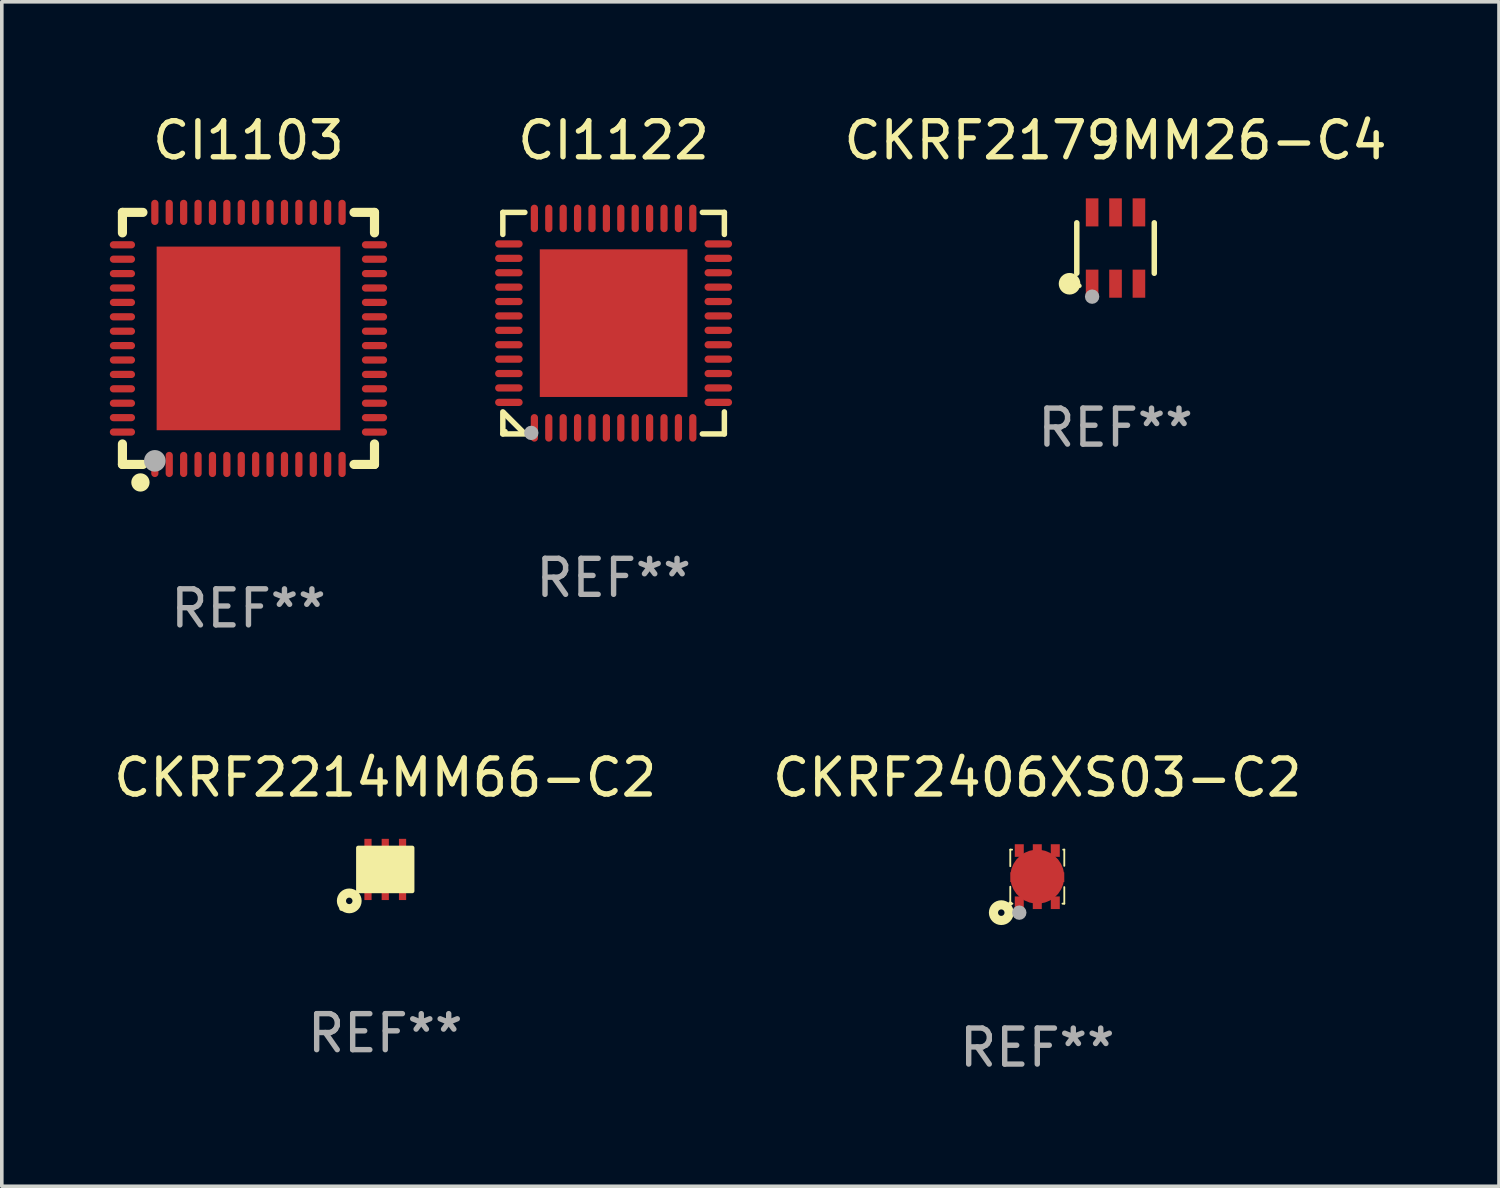
<source format=kicad_pcb>
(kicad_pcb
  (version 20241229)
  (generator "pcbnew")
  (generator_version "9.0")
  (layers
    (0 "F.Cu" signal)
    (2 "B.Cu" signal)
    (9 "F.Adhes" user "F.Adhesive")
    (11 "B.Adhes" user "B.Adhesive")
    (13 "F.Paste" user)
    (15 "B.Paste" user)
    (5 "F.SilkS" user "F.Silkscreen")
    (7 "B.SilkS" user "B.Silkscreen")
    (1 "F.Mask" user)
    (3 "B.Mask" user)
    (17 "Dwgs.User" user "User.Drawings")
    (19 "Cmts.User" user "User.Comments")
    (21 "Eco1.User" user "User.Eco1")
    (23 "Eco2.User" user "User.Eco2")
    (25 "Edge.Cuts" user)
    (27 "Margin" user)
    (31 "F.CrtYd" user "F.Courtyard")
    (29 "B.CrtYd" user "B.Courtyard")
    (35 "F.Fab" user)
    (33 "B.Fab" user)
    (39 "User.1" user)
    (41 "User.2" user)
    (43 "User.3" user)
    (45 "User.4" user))
  (footprint "CKRF2214MM66-C2"
    (layer "F.Cu")
    (at 7.649 21.095)
    (property "Reference" "CKRF2214MM66-C2" (at 0 -2.55 0) (layer "F.SilkS") (effects (font (size 1 1) (thickness 0.15))))
    (attr through_hole)
    (fp_circle (center -1.217 1.09) (end -1.187 1.09) (stroke (width 0.06) (type solid)) (fill no) (layer "F.SilkS"))
    (fp_circle (center -1 0.873) (end -0.91 0.873) (stroke (width 0.254) (type solid)) (fill no) (layer "F.SilkS"))
    (fp_poly (pts (xy -0.75 -0.6) (xy 0.75 -0.6) (xy 0.75 0.6) (xy -0.75 0.6)) (stroke (width 0.12) (type solid)) (fill yes) (layer "F.SilkS"))
    (fp_text user "REF**" (at 0 4.55 0) (layer "F.Fab") (effects (font (size 1 1) (thickness 0.15))))
    (pad "1" smd rect (at -0.48 0.55 90) (size 0.6 0.2) (layers "F.Cu" "F.Mask" "F.Paste"))
    (pad "2" smd rect (at 0 0.55 90) (size 0.6 0.2) (layers "F.Cu" "F.Mask" "F.Paste"))
    (pad "3" smd rect (at 0.48 0.55 90) (size 0.6 0.2) (layers "F.Cu" "F.Mask" "F.Paste"))
    (pad "4" smd rect (at 0.48 -0.55 90) (size 0.6 0.2) (layers "F.Cu" "F.Mask" "F.Paste"))
    (pad "5" smd rect (at 0 -0.55 90) (size 0.6 0.2) (layers "F.Cu" "F.Mask" "F.Paste"))
    (pad "6" smd rect (at -0.48 -0.55 90) (size 0.6 0.2) (layers "F.Cu" "F.Mask" "F.Paste")))
  (footprint "CKRF2179MM26-C4"
    (layer "F.Cu")
    (at 27.929 3.838)
    (property "Reference" "CKRF2179MM26-C4" (at 0 -2.99 0) (layer "F.SilkS") (effects (font (size 1 1) (thickness 0.15))))
    (attr through_hole)
    (fp_line (start -1.076 0.701) (end -1.076 -0.701) (stroke (width 0.152) (type solid)) (layer "F.SilkS"))
    (fp_line (start 1.076 0.701) (end 1.076 -0.701) (stroke (width 0.152) (type solid)) (layer "F.SilkS"))
    (fp_circle (center -1.277 0.992) (end -1.127 0.992) (stroke (width 0.3) (type solid)) (fill no) (layer "F.SilkS"))
    (fp_circle (center -1 1.05) (end -0.97 1.05) (stroke (width 0.06) (type solid)) (fill no) (layer "F.SilkS"))
    (fp_circle (center -0.65 1.35) (end -0.55 1.35) (stroke (width 0.2) (type solid)) (fill no) (layer "F.Fab"))
    (fp_text user "REF**" (at 0 4.99 0) (layer "F.Fab") (effects (font (size 1 1) (thickness 0.15))))
    (pad "1" smd rect (at -0.65 0.99) (size 0.35 0.78) (layers "F.Cu" "F.Mask" "F.Paste"))
    (pad "2" smd rect (at 0 0.99) (size 0.35 0.78) (layers "F.Cu" "F.Mask" "F.Paste"))
    (pad "3" smd rect (at 0.65 0.99) (size 0.35 0.78) (layers "F.Cu" "F.Mask" "F.Paste"))
    (pad "4" smd rect (at 0.65 -0.99) (size 0.35 0.78) (layers "F.Cu" "F.Mask" "F.Paste"))
    (pad "5" smd rect (at 0 -0.99) (size 0.35 0.78) (layers "F.Cu" "F.Mask" "F.Paste"))
    (pad "6" smd rect (at -0.65 -0.99) (size 0.35 0.78) (layers "F.Cu" "F.Mask" "F.Paste")))
  (footprint "CI1122"
    (layer "F.Cu")
    (at 13.99 5.924)
    (property "Reference" "CI1122" (at 0 -5.076 0) (layer "F.SilkS") (effects (font (size 1 1) (thickness 0.15))))
    (attr through_hole)
    (fp_line (start -3.076 -3.076) (end -3.076 -2.464) (stroke (width 0.152) (type solid)) (layer "F.SilkS"))
    (fp_line (start -3.076 3.076) (end -3.076 2.464) (stroke (width 0.152) (type solid)) (layer "F.SilkS"))
    (fp_line (start -3.049 2.491) (end -2.491 3.049) (stroke (width 0.152) (type solid)) (layer "F.SilkS"))
    (fp_line (start -2.464 -3.076) (end -3.076 -3.076) (stroke (width 0.152) (type solid)) (layer "F.SilkS"))
    (fp_line (start -2.464 3.076) (end -3.076 3.076) (stroke (width 0.152) (type solid)) (layer "F.SilkS"))
    (fp_line (start 2.464 -3.076) (end 3.076 -3.076) (stroke (width 0.152) (type solid)) (layer "F.SilkS"))
    (fp_line (start 2.464 3.076) (end 3.076 3.076) (stroke (width 0.152) (type solid)) (layer "F.SilkS"))
    (fp_line (start 3.076 -3.076) (end 3.076 -2.464) (stroke (width 0.152) (type solid)) (layer "F.SilkS"))
    (fp_line (start 3.076 3.076) (end 3.076 2.464) (stroke (width 0.152) (type solid)) (layer "F.SilkS"))
    (fp_circle (center -3 3) (end -2.97 3) (stroke (width 0.06) (type solid)) (fill no) (layer "F.SilkS"))
    (fp_circle (center -2.286 3.048) (end -2.186 3.048) (stroke (width 0.2) (type solid)) (fill no) (layer "F.Fab"))
    (fp_text user "REF**" (at 0 7.076 0) (layer "F.Fab") (effects (font (size 1 1) (thickness 0.15))))
    (pad "1" smd oval (at -2.2 2.908 90) (size 0.765 0.2) (layers "F.Cu" "F.Mask" "F.Paste"))
    (pad "2" smd oval (at -1.8 2.908 90) (size 0.765 0.2) (layers "F.Cu" "F.Mask" "F.Paste"))
    (pad "3" smd oval (at -1.4 2.908 90) (size 0.765 0.2) (layers "F.Cu" "F.Mask" "F.Paste"))
    (pad "4" smd oval (at -1 2.908 90) (size 0.765 0.2) (layers "F.Cu" "F.Mask" "F.Paste"))
    (pad "5" smd oval (at -0.6 2.908 90) (size 0.765 0.2) (layers "F.Cu" "F.Mask" "F.Paste"))
    (pad "6" smd oval (at -0.2 2.908 90) (size 0.765 0.2) (layers "F.Cu" "F.Mask" "F.Paste"))
    (pad "7" smd oval (at 0.2 2.908 90) (size 0.765 0.2) (layers "F.Cu" "F.Mask" "F.Paste"))
    (pad "8" smd oval (at 0.6 2.908 90) (size 0.765 0.2) (layers "F.Cu" "F.Mask" "F.Paste"))
    (pad "9" smd oval (at 1 2.908 90) (size 0.765 0.2) (layers "F.Cu" "F.Mask" "F.Paste"))
    (pad "10" smd oval (at 1.4 2.908 90) (size 0.765 0.2) (layers "F.Cu" "F.Mask" "F.Paste"))
    (pad "11" smd oval (at 1.8 2.908 90) (size 0.765 0.2) (layers "F.Cu" "F.Mask" "F.Paste"))
    (pad "12" smd oval (at 2.2 2.908 90) (size 0.765 0.2) (layers "F.Cu" "F.Mask" "F.Paste"))
    (pad "13" smd oval (at 2.908 2.2 90) (size 0.2 0.765) (layers "F.Cu" "F.Mask" "F.Paste"))
    (pad "14" smd oval (at 2.908 1.8 90) (size 0.2 0.765) (layers "F.Cu" "F.Mask" "F.Paste"))
    (pad "15" smd oval (at 2.908 1.4 90) (size 0.2 0.765) (layers "F.Cu" "F.Mask" "F.Paste"))
    (pad "16" smd oval (at 2.908 1 90) (size 0.2 0.765) (layers "F.Cu" "F.Mask" "F.Paste"))
    (pad "17" smd oval (at 2.908 0.6 90) (size 0.2 0.765) (layers "F.Cu" "F.Mask" "F.Paste"))
    (pad "18" smd oval (at 2.908 0.2 90) (size 0.2 0.765) (layers "F.Cu" "F.Mask" "F.Paste"))
    (pad "19" smd oval (at 2.908 -0.2 90) (size 0.2 0.765) (layers "F.Cu" "F.Mask" "F.Paste"))
    (pad "20" smd oval (at 2.908 -0.6 90) (size 0.2 0.765) (layers "F.Cu" "F.Mask" "F.Paste"))
    (pad "21" smd oval (at 2.908 -1 90) (size 0.2 0.765) (layers "F.Cu" "F.Mask" "F.Paste"))
    (pad "22" smd oval (at 2.908 -1.4 90) (size 0.2 0.765) (layers "F.Cu" "F.Mask" "F.Paste"))
    (pad "23" smd oval (at 2.908 -1.8 90) (size 0.2 0.765) (layers "F.Cu" "F.Mask" "F.Paste"))
    (pad "24" smd oval (at 2.908 -2.2 90) (size 0.2 0.765) (layers "F.Cu" "F.Mask" "F.Paste"))
    (pad "25" smd oval (at 2.2 -2.908 90) (size 0.765 0.2) (layers "F.Cu" "F.Mask" "F.Paste"))
    (pad "26" smd oval (at 1.8 -2.908 90) (size 0.765 0.2) (layers "F.Cu" "F.Mask" "F.Paste"))
    (pad "27" smd oval (at 1.4 -2.908 90) (size 0.765 0.2) (layers "F.Cu" "F.Mask" "F.Paste"))
    (pad "28" smd oval (at 1 -2.908 90) (size 0.765 0.2) (layers "F.Cu" "F.Mask" "F.Paste"))
    (pad "29" smd oval (at 0.6 -2.908 90) (size 0.765 0.2) (layers "F.Cu" "F.Mask" "F.Paste"))
    (pad "30" smd oval (at 0.2 -2.908 90) (size 0.765 0.2) (layers "F.Cu" "F.Mask" "F.Paste"))
    (pad "31" smd oval (at -0.2 -2.908 90) (size 0.765 0.2) (layers "F.Cu" "F.Mask" "F.Paste"))
    (pad "32" smd oval (at -0.6 -2.908 90) (size 0.765 0.2) (layers "F.Cu" "F.Mask" "F.Paste"))
    (pad "33" smd oval (at -1 -2.908 90) (size 0.765 0.2) (layers "F.Cu" "F.Mask" "F.Paste"))
    (pad "34" smd oval (at -1.4 -2.908 90) (size 0.765 0.2) (layers "F.Cu" "F.Mask" "F.Paste"))
    (pad "35" smd oval (at -1.8 -2.908 90) (size 0.765 0.2) (layers "F.Cu" "F.Mask" "F.Paste"))
    (pad "36" smd oval (at -2.2 -2.908 90) (size 0.765 0.2) (layers "F.Cu" "F.Mask" "F.Paste"))
    (pad "37" smd oval (at -2.908 -2.2 90) (size 0.2 0.765) (layers "F.Cu" "F.Mask" "F.Paste"))
    (pad "38" smd oval (at -2.908 -1.8 90) (size 0.2 0.765) (layers "F.Cu" "F.Mask" "F.Paste"))
    (pad "39" smd oval (at -2.908 -1.4 90) (size 0.2 0.765) (layers "F.Cu" "F.Mask" "F.Paste"))
    (pad "40" smd oval (at -2.908 -1 90) (size 0.2 0.765) (layers "F.Cu" "F.Mask" "F.Paste"))
    (pad "41" smd oval (at -2.908 -0.6 90) (size 0.2 0.765) (layers "F.Cu" "F.Mask" "F.Paste"))
    (pad "42" smd oval (at -2.908 -0.2 90) (size 0.2 0.765) (layers "F.Cu" "F.Mask" "F.Paste"))
    (pad "43" smd oval (at -2.908 0.2 90) (size 0.2 0.765) (layers "F.Cu" "F.Mask" "F.Paste"))
    (pad "44" smd oval (at -2.908 0.6 90) (size 0.2 0.765) (layers "F.Cu" "F.Mask" "F.Paste"))
    (pad "45" smd oval (at -2.908 1 90) (size 0.2 0.765) (layers "F.Cu" "F.Mask" "F.Paste"))
    (pad "46" smd oval (at -2.908 1.4 90) (size 0.2 0.765) (layers "F.Cu" "F.Mask" "F.Paste"))
    (pad "47" smd oval (at -2.908 1.8 90) (size 0.2 0.765) (layers "F.Cu" "F.Mask" "F.Paste"))
    (pad "48" smd oval (at -2.908 2.2 90) (size 0.2 0.765) (layers "F.Cu" "F.Mask" "F.Paste"))
    (pad "49" smd rect (at 0 0 90) (size 4.1 4.1) (layers "F.Cu" "F.Mask" "F.Paste")))
  (footprint "CKRF2406XS03-C2"
    (layer "F.Cu")
    (at 25.756 21.295)
    (property "Reference" "CKRF2406XS03-C2" (at 0 -2.75 0) (layer "F.SilkS") (effects (font (size 1 1) (thickness 0.15))))
    (attr through_hole)
    (fp_line (start -0.75 -0.75) (end -0.75 -0.29) (stroke (width 0.051) (type solid)) (layer "F.SilkS"))
    (fp_line (start -0.75 0.75) (end -0.75 0.28) (stroke (width 0.051) (type solid)) (layer "F.SilkS"))
    (fp_line (start -0.7 -0.75) (end -0.75 -0.75) (stroke (width 0.051) (type solid)) (layer "F.SilkS"))
    (fp_line (start -0.69 0.75) (end -0.75 0.75) (stroke (width 0.051) (type solid)) (layer "F.SilkS"))
    (fp_line (start 0.7 0.75) (end 0.75 0.75) (stroke (width 0.051) (type solid)) (layer "F.SilkS"))
    (fp_line (start 0.72 -0.75) (end 0.75 -0.75) (stroke (width 0.051) (type solid)) (layer "F.SilkS"))
    (fp_line (start 0.75 -0.75) (end 0.75 -0.3) (stroke (width 0.051) (type solid)) (layer "F.SilkS"))
    (fp_line (start 0.75 0.75) (end 0.75 0.29) (stroke (width 0.051) (type solid)) (layer "F.SilkS"))
    (fp_circle (center -1 1) (end -0.91 1) (stroke (width 0.254) (type solid)) (fill no) (layer "F.SilkS"))
    (fp_circle (center -0.75 0.75) (end -0.72 0.75) (stroke (width 0.06) (type solid)) (fill no) (layer "F.SilkS"))
    (fp_circle (center -0.5 1) (end -0.4 1) (stroke (width 0.2) (type solid)) (fill no) (layer "F.Fab"))
    (fp_text user "REF**" (at 0 4.75 0) (layer "F.Fab") (effects (font (size 1 1) (thickness 0.15))))
    (pad "1" smd rect (at -0.5 0.725 90) (size 0.35 0.25) (layers "F.Cu" "F.Mask" "F.Paste"))
    (pad "2" smd rect (at -0.000013 0.725 90) (size 0.35 0.25) (layers "F.Cu" "F.Mask" "F.Paste"))
    (pad "3" smd rect (at 0.5 0.725 90) (size 0.35 0.25) (layers "F.Cu" "F.Mask" "F.Paste"))
    (pad "4" smd rect (at 0.5 -0.725 90) (size 0.35 0.25) (layers "F.Cu" "F.Mask" "F.Paste"))
    (pad "5" smd rect (at -0.000013 -0.725 90) (size 0.35 0.25) (layers "F.Cu" "F.Mask" "F.Paste"))
    (pad "6" smd rect (at -0.5 -0.725 90) (size 0.35 0.25) (layers "F.Cu" "F.Mask" "F.Paste"))
    (pad "7" smd custom (at 0.000013 0.000013) (size 1.5 0.7) (layers "F.Cu" "F.Mask" "F.Paste") (options (anchor circle)) (primitives (gr_poly (pts (xy -0.75 -0.121) (xy -0.6 -0.121) (xy -0.6 -0.35) (xy 0.601 -0.35) (xy 0.601 -0.119) (xy 0.749 -0.119) (xy 0.75 0.119) (xy 0.75 0.15) (xy 0.6 0.15) (xy 0.6 0.35) (xy -0.599 0.35) (xy -0.6 0.15) (xy -0.749 0.15)) (width 0) (fill yes)))))
  (footprint "CI1103"
    (layer "F.Cu")
    (at 3.85 6.348)
    (property "Reference" "CI1103" (at 0 -5.5 0) (layer "F.SilkS") (effects (font (size 1 1) (thickness 0.15))))
    (attr through_hole)
    (fp_line (start -3.5 -3.5) (end -2.931 -3.5) (stroke (width 0.254) (type solid)) (layer "F.SilkS"))
    (fp_line (start -3.5 -2.931) (end -3.5 -3.5) (stroke (width 0.254) (type solid)) (layer "F.SilkS"))
    (fp_line (start -3.5 3.5) (end -3.5 2.931) (stroke (width 0.254) (type solid)) (layer "F.SilkS"))
    (fp_line (start -2.931 3.5) (end -3.5 3.5) (stroke (width 0.254) (type solid)) (layer "F.SilkS"))
    (fp_line (start 2.931 -3.5) (end 3.5 -3.5) (stroke (width 0.254) (type solid)) (layer "F.SilkS"))
    (fp_line (start 3.5 -3.5) (end 3.5 -2.931) (stroke (width 0.254) (type solid)) (layer "F.SilkS"))
    (fp_line (start 3.5 2.931) (end 3.5 3.5) (stroke (width 0.254) (type solid)) (layer "F.SilkS"))
    (fp_line (start 3.5 3.5) (end 2.931 3.5) (stroke (width 0.254) (type solid)) (layer "F.SilkS"))
    (fp_circle (center -3.5 3.5) (end -3.47 3.5) (stroke (width 0.06) (type solid)) (fill no) (layer "F.SilkS"))
    (fp_circle (center -3 4) (end -2.873 4) (stroke (width 0.254) (type solid)) (fill no) (layer "F.SilkS"))
    (fp_circle (center -2.6 3.4) (end -2.45 3.4) (stroke (width 0.3) (type solid)) (fill no) (layer "F.Fab"))
    (fp_text user "REF**" (at 0 7.5 0) (layer "F.Fab") (effects (font (size 1 1) (thickness 0.15))))
    (pad "1" smd oval (at -2.6 3.5 180) (size 0.2 0.7) (layers "F.Cu" "F.Mask" "F.Paste"))
    (pad "2" smd oval (at -2.2 3.5 180) (size 0.2 0.7) (layers "F.Cu" "F.Mask" "F.Paste"))
    (pad "3" smd oval (at -1.8 3.5 180) (size 0.2 0.7) (layers "F.Cu" "F.Mask" "F.Paste"))
    (pad "4" smd oval (at -1.4 3.5 180) (size 0.2 0.7) (layers "F.Cu" "F.Mask" "F.Paste"))
    (pad "5" smd oval (at -1 3.5 180) (size 0.2 0.7) (layers "F.Cu" "F.Mask" "F.Paste"))
    (pad "6" smd oval (at -0.6 3.5 180) (size 0.2 0.7) (layers "F.Cu" "F.Mask" "F.Paste"))
    (pad "7" smd oval (at -0.2 3.5 180) (size 0.2 0.7) (layers "F.Cu" "F.Mask" "F.Paste"))
    (pad "8" smd oval (at 0.2 3.5 180) (size 0.2 0.7) (layers "F.Cu" "F.Mask" "F.Paste"))
    (pad "9" smd oval (at 0.6 3.5 180) (size 0.2 0.7) (layers "F.Cu" "F.Mask" "F.Paste"))
    (pad "10" smd oval (at 1 3.5 180) (size 0.2 0.7) (layers "F.Cu" "F.Mask" "F.Paste"))
    (pad "11" smd oval (at 1.4 3.5 180) (size 0.2 0.7) (layers "F.Cu" "F.Mask" "F.Paste"))
    (pad "12" smd oval (at 1.8 3.5 180) (size 0.2 0.7) (layers "F.Cu" "F.Mask" "F.Paste"))
    (pad "13" smd oval (at 2.2 3.5 180) (size 0.2 0.7) (layers "F.Cu" "F.Mask" "F.Paste"))
    (pad "14" smd oval (at 2.6 3.5 180) (size 0.2 0.7) (layers "F.Cu" "F.Mask" "F.Paste"))
    (pad "15" smd oval (at 3.5 2.6 90) (size 0.2 0.7) (layers "F.Cu" "F.Mask" "F.Paste"))
    (pad "16" smd oval (at 3.5 2.2 90) (size 0.2 0.7) (layers "F.Cu" "F.Mask" "F.Paste"))
    (pad "17" smd oval (at 3.5 1.8 90) (size 0.2 0.7) (layers "F.Cu" "F.Mask" "F.Paste"))
    (pad "18" smd oval (at 3.5 1.4 90) (size 0.2 0.7) (layers "F.Cu" "F.Mask" "F.Paste"))
    (pad "19" smd oval (at 3.5 1 90) (size 0.2 0.7) (layers "F.Cu" "F.Mask" "F.Paste"))
    (pad "20" smd oval (at 3.5 0.6 90) (size 0.2 0.7) (layers "F.Cu" "F.Mask" "F.Paste"))
    (pad "21" smd oval (at 3.5 0.2 90) (size 0.2 0.7) (layers "F.Cu" "F.Mask" "F.Paste"))
    (pad "22" smd oval (at 3.5 -0.2 90) (size 0.2 0.7) (layers "F.Cu" "F.Mask" "F.Paste"))
    (pad "23" smd oval (at 3.5 -0.6 90) (size 0.2 0.7) (layers "F.Cu" "F.Mask" "F.Paste"))
    (pad "24" smd oval (at 3.5 -1 90) (size 0.2 0.7) (layers "F.Cu" "F.Mask" "F.Paste"))
    (pad "25" smd oval (at 3.5 -1.4 90) (size 0.2 0.7) (layers "F.Cu" "F.Mask" "F.Paste"))
    (pad "26" smd oval (at 3.5 -1.8 90) (size 0.2 0.7) (layers "F.Cu" "F.Mask" "F.Paste"))
    (pad "27" smd oval (at 3.5 -2.2 90) (size 0.2 0.7) (layers "F.Cu" "F.Mask" "F.Paste"))
    (pad "28" smd oval (at 3.5 -2.6 90) (size 0.2 0.7) (layers "F.Cu" "F.Mask" "F.Paste"))
    (pad "29" smd oval (at 2.6 -3.5 180) (size 0.2 0.7) (layers "F.Cu" "F.Mask" "F.Paste"))
    (pad "30" smd oval (at 2.2 -3.5 180) (size 0.2 0.7) (layers "F.Cu" "F.Mask" "F.Paste"))
    (pad "31" smd oval (at 1.8 -3.5 180) (size 0.2 0.7) (layers "F.Cu" "F.Mask" "F.Paste"))
    (pad "32" smd oval (at 1.4 -3.5 180) (size 0.2 0.7) (layers "F.Cu" "F.Mask" "F.Paste"))
    (pad "33" smd oval (at 1 -3.5 180) (size 0.2 0.7) (layers "F.Cu" "F.Mask" "F.Paste"))
    (pad "34" smd oval (at 0.6 -3.5 180) (size 0.2 0.7) (layers "F.Cu" "F.Mask" "F.Paste"))
    (pad "35" smd oval (at 0.2 -3.5 180) (size 0.2 0.7) (layers "F.Cu" "F.Mask" "F.Paste"))
    (pad "36" smd oval (at -0.2 -3.5 180) (size 0.2 0.7) (layers "F.Cu" "F.Mask" "F.Paste"))
    (pad "37" smd oval (at -0.6 -3.5 180) (size 0.2 0.7) (layers "F.Cu" "F.Mask" "F.Paste"))
    (pad "38" smd oval (at -1 -3.5 180) (size 0.2 0.7) (layers "F.Cu" "F.Mask" "F.Paste"))
    (pad "39" smd oval (at -1.4 -3.5 180) (size 0.2 0.7) (layers "F.Cu" "F.Mask" "F.Paste"))
    (pad "40" smd oval (at -1.8 -3.5 180) (size 0.2 0.7) (layers "F.Cu" "F.Mask" "F.Paste"))
    (pad "41" smd oval (at -2.2 -3.5 180) (size 0.2 0.7) (layers "F.Cu" "F.Mask" "F.Paste"))
    (pad "42" smd oval (at -2.6 -3.5 180) (size 0.2 0.7) (layers "F.Cu" "F.Mask" "F.Paste"))
    (pad "43" smd oval (at -3.5 -2.6 90) (size 0.2 0.7) (layers "F.Cu" "F.Mask" "F.Paste"))
    (pad "44" smd oval (at -3.5 -2.2 90) (size 0.2 0.7) (layers "F.Cu" "F.Mask" "F.Paste"))
    (pad "45" smd oval (at -3.5 -1.8 90) (size 0.2 0.7) (layers "F.Cu" "F.Mask" "F.Paste"))
    (pad "46" smd oval (at -3.5 -1.4 90) (size 0.2 0.7) (layers "F.Cu" "F.Mask" "F.Paste"))
    (pad "47" smd oval (at -3.5 -1 90) (size 0.2 0.7) (layers "F.Cu" "F.Mask" "F.Paste"))
    (pad "48" smd oval (at -3.5 -0.6 90) (size 0.2 0.7) (layers "F.Cu" "F.Mask" "F.Paste"))
    (pad "49" smd oval (at -3.5 -0.2 90) (size 0.2 0.7) (layers "F.Cu" "F.Mask" "F.Paste"))
    (pad "50" smd oval (at -3.5 0.2 90) (size 0.2 0.7) (layers "F.Cu" "F.Mask" "F.Paste"))
    (pad "51" smd oval (at -3.5 0.6 90) (size 0.2 0.7) (layers "F.Cu" "F.Mask" "F.Paste"))
    (pad "52" smd oval (at -3.5 1 90) (size 0.2 0.7) (layers "F.Cu" "F.Mask" "F.Paste"))
    (pad "53" smd oval (at -3.5 1.4 90) (size 0.2 0.7) (layers "F.Cu" "F.Mask" "F.Paste"))
    (pad "54" smd oval (at -3.5 1.8 90) (size 0.2 0.7) (layers "F.Cu" "F.Mask" "F.Paste"))
    (pad "55" smd oval (at -3.5 2.2 90) (size 0.2 0.7) (layers "F.Cu" "F.Mask" "F.Paste"))
    (pad "56" smd oval (at -3.5 2.6 90) (size 0.2 0.7) (layers "F.Cu" "F.Mask" "F.Paste"))
    (pad "57" smd rect (at 0.000089 -0.000064 90) (size 5.1 5.1) (layers "F.Cu" "F.Mask" "F.Paste")))
  (gr_rect
    (start -3 -3)
    (end 38.578 29.893)
    (stroke (width 0.1) (type default))
    (fill no)
    (layer "Edge.Cuts")))
</source>
